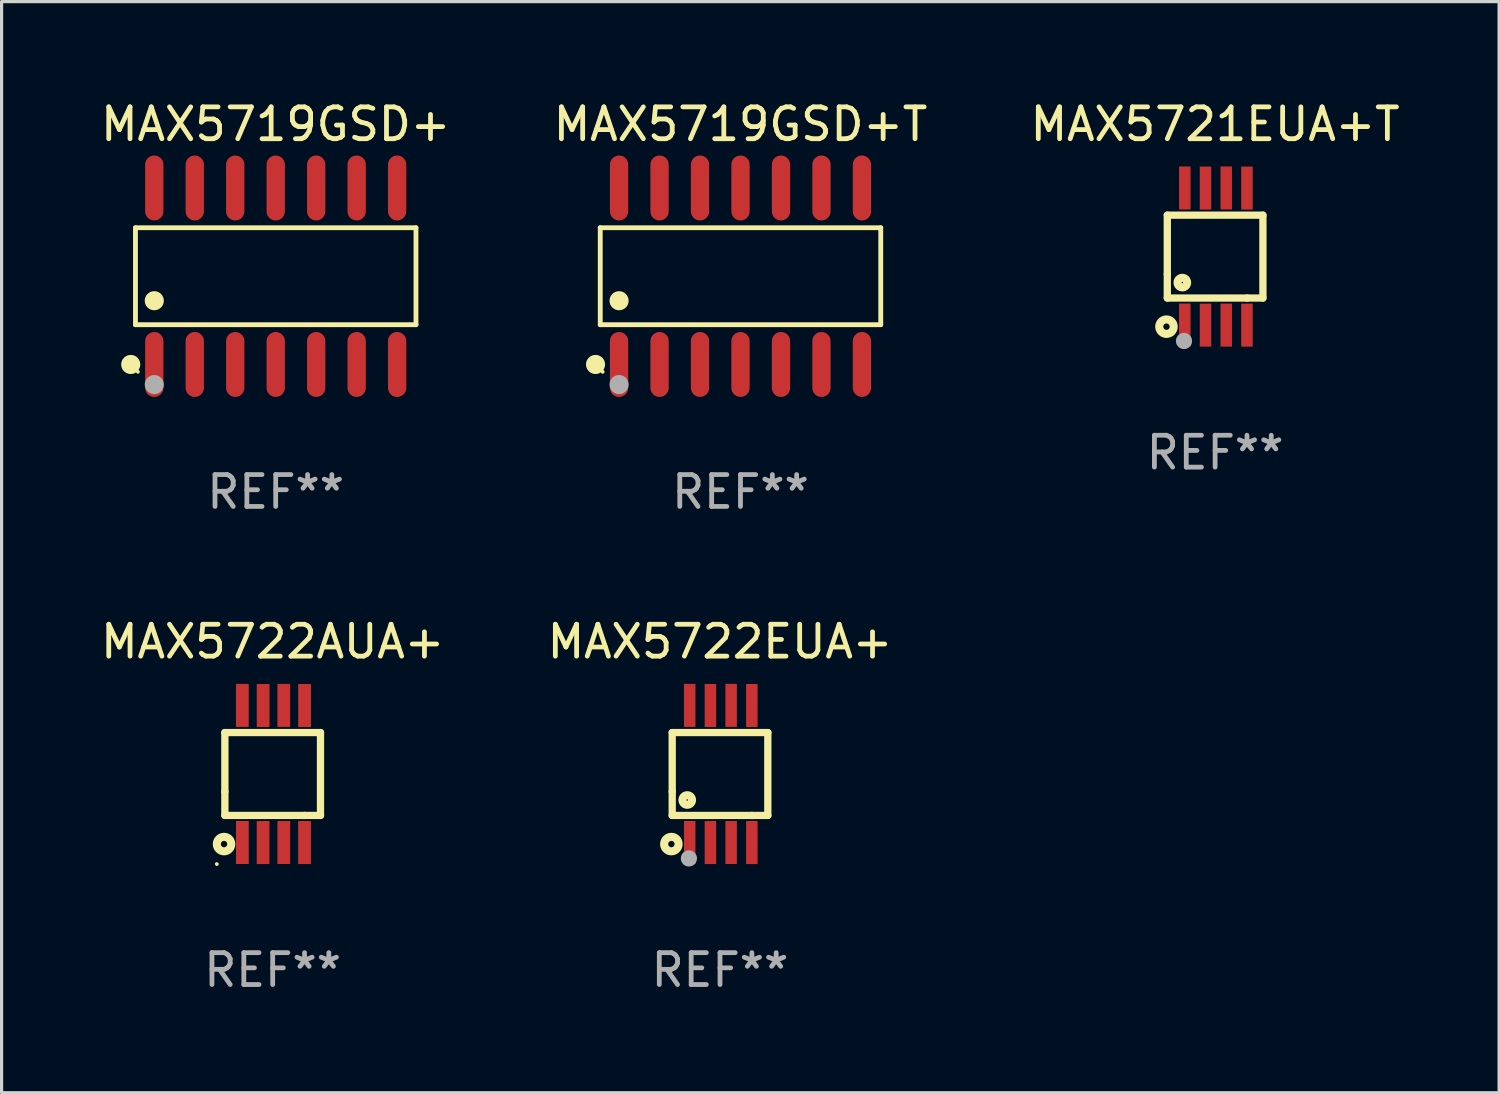
<source format=kicad_pcb>
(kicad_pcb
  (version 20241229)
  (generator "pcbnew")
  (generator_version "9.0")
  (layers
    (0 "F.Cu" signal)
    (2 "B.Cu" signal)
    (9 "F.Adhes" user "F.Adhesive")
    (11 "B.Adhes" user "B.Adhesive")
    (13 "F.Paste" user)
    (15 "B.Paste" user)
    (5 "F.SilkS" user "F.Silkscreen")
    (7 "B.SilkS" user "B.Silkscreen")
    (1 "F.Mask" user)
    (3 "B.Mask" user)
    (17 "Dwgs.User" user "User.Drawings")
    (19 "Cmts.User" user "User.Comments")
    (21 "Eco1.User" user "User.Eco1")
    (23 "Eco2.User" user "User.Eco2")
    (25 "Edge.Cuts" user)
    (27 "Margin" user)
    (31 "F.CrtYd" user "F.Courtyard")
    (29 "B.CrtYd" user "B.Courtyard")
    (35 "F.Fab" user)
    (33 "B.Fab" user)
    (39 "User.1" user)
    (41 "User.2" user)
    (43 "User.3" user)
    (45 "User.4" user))
  (footprint "MAX5722EUA+"
    (layer "F.Cu")
    (at 19.542 21.235)
    (property "Reference" "MAX5722EUA+" (at 0 -4.152 0) (layer "F.SilkS") (effects (font (size 1 1) (thickness 0.15))))
    (attr through_hole)
    (fp_line (start -1.5 1.301) (end 1 1.301) (stroke (width 0.229) (type solid)) (layer "F.SilkS"))
    (fp_line (start -1.5 -1.299) (end -1.5 0.551) (stroke (width 0.229) (type solid)) (layer "F.SilkS"))
    (fp_line (start -1.5 0.551) (end -1.5 1.301) (stroke (width 0.229) (type solid)) (layer "F.SilkS"))
    (fp_line (start 1 1.301) (end 1.5 1.301) (stroke (width 0.229) (type solid)) (layer "F.SilkS"))
    (fp_line (start 1.5 1.301) (end 1.5 -1.299) (stroke (width 0.229) (type solid)) (layer "F.SilkS"))
    (fp_line (start 1.5 -1.299) (end -1.5 -1.299) (stroke (width 0.229) (type solid)) (layer "F.SilkS"))
    (fp_circle (center -1.526 2.2) (end -1.426 2.2) (stroke (width 0.254) (type solid)) (fill no) (layer "F.SilkS"))
    (fp_circle (center -1.476 2.45) (end -1.446 2.45) (stroke (width 0.06) (type solid)) (fill no) (layer "F.SilkS"))
    (fp_circle (center -1.028 0.817) (end -0.878 0.817) (stroke (width 0.254) (type solid)) (fill no) (layer "F.SilkS"))
    (fp_circle (center -0.976 2.65) (end -0.849 2.65) (stroke (width 0.254) (type solid)) (fill no) (layer "F.Fab"))
    (fp_text user "REF**" (at 0 6.152 0) (layer "F.Fab") (effects (font (size 1 1) (thickness 0.15))))
    (pad "1" smd rect (at -0.951 2.15) (size 0.36 1.35) (layers "F.Cu" "F.Mask" "F.Paste"))
    (pad "2" smd rect (at -0.301 2.152) (size 0.36 1.35) (layers "F.Cu" "F.Mask" "F.Paste"))
    (pad "3" smd rect (at 0.349 2.151) (size 0.36 1.35) (layers "F.Cu" "F.Mask" "F.Paste"))
    (pad "4" smd rect (at 0.999 2.152) (size 0.36 1.35) (layers "F.Cu" "F.Mask" "F.Paste"))
    (pad "5" smd rect (at 0.999 -2.149) (size 0.36 1.35) (layers "F.Cu" "F.Mask" "F.Paste"))
    (pad "6" smd rect (at 0.349 -2.152) (size 0.36 1.35) (layers "F.Cu" "F.Mask" "F.Paste"))
    (pad "7" smd rect (at -0.301 -2.149) (size 0.36 1.35) (layers "F.Cu" "F.Mask" "F.Paste"))
    (pad "8" smd rect (at -0.951 -2.152) (size 0.36 1.35) (layers "F.Cu" "F.Mask" "F.Paste")))
  (footprint "MAX5721EUA+T"
    (layer "F.Cu")
    (at 35.077 5)
    (property "Reference" "MAX5721EUA+T" (at 0 -4.152 0) (layer "F.SilkS") (effects (font (size 1 1) (thickness 0.15))))
    (attr through_hole)
    (fp_line (start -1.5 1.301) (end 1 1.301) (stroke (width 0.229) (type solid)) (layer "F.SilkS"))
    (fp_line (start -1.5 -1.299) (end -1.5 0.551) (stroke (width 0.229) (type solid)) (layer "F.SilkS"))
    (fp_line (start -1.5 0.551) (end -1.5 1.301) (stroke (width 0.229) (type solid)) (layer "F.SilkS"))
    (fp_line (start 1 1.301) (end 1.5 1.301) (stroke (width 0.229) (type solid)) (layer "F.SilkS"))
    (fp_line (start 1.5 1.301) (end 1.5 -1.299) (stroke (width 0.229) (type solid)) (layer "F.SilkS"))
    (fp_line (start 1.5 -1.299) (end -1.5 -1.299) (stroke (width 0.229) (type solid)) (layer "F.SilkS"))
    (fp_circle (center -1.526 2.2) (end -1.426 2.2) (stroke (width 0.254) (type solid)) (fill no) (layer "F.SilkS"))
    (fp_circle (center -1.476 2.45) (end -1.446 2.45) (stroke (width 0.06) (type solid)) (fill no) (layer "F.SilkS"))
    (fp_circle (center -1.028 0.817) (end -0.878 0.817) (stroke (width 0.254) (type solid)) (fill no) (layer "F.SilkS"))
    (fp_circle (center -0.976 2.65) (end -0.849 2.65) (stroke (width 0.254) (type solid)) (fill no) (layer "F.Fab"))
    (fp_text user "REF**" (at 0 6.152 0) (layer "F.Fab") (effects (font (size 1 1) (thickness 0.15))))
    (pad "1" smd rect (at -0.951 2.15) (size 0.36 1.35) (layers "F.Cu" "F.Mask" "F.Paste"))
    (pad "2" smd rect (at -0.301 2.152) (size 0.36 1.35) (layers "F.Cu" "F.Mask" "F.Paste"))
    (pad "3" smd rect (at 0.349 2.151) (size 0.36 1.35) (layers "F.Cu" "F.Mask" "F.Paste"))
    (pad "4" smd rect (at 0.999 2.152) (size 0.36 1.35) (layers "F.Cu" "F.Mask" "F.Paste"))
    (pad "5" smd rect (at 0.999 -2.149) (size 0.36 1.35) (layers "F.Cu" "F.Mask" "F.Paste"))
    (pad "6" smd rect (at 0.349 -2.152) (size 0.36 1.35) (layers "F.Cu" "F.Mask" "F.Paste"))
    (pad "7" smd rect (at -0.301 -2.149) (size 0.36 1.35) (layers "F.Cu" "F.Mask" "F.Paste"))
    (pad "8" smd rect (at -0.951 -2.152) (size 0.36 1.35) (layers "F.Cu" "F.Mask" "F.Paste")))
  (footprint "MAX5719GSD+"
    (layer "F.Cu")
    (at 5.601 5.617)
    (property "Reference" "MAX5719GSD+" (at 0 -4.769 0) (layer "F.SilkS") (effects (font (size 1 1) (thickness 0.15))))
    (attr through_hole)
    (fp_line (start -4.401 -1.521) (end 4.401 -1.521) (stroke (width 0.152) (type solid)) (layer "F.SilkS"))
    (fp_line (start -4.401 1.521) (end -4.401 -1.521) (stroke (width 0.152) (type solid)) (layer "F.SilkS"))
    (fp_line (start 4.401 -1.521) (end 4.401 1.521) (stroke (width 0.152) (type solid)) (layer "F.SilkS"))
    (fp_line (start 4.401 1.521) (end -4.401 1.521) (stroke (width 0.152) (type solid)) (layer "F.SilkS"))
    (fp_circle (center -4.549 2.769) (end -4.399 2.769) (stroke (width 0.3) (type solid)) (fill no) (layer "F.SilkS"))
    (fp_circle (center -4.325 3) (end -4.295 3) (stroke (width 0.06) (type solid)) (fill no) (layer "F.SilkS"))
    (fp_circle (center -3.81 0.769) (end -3.66 0.769) (stroke (width 0.3) (type solid)) (fill no) (layer "F.SilkS"))
    (fp_circle (center -3.81 3.4) (end -3.66 3.4) (stroke (width 0.3) (type solid)) (fill no) (layer "F.Fab"))
    (fp_text user "REF**" (at 0 6.769 0) (layer "F.Fab") (effects (font (size 1 1) (thickness 0.15))))
    (pad "1" smd oval (at -3.81 2.769) (size 0.574 2.038) (layers "F.Cu" "F.Mask" "F.Paste"))
    (pad "2" smd oval (at -2.54 2.769) (size 0.574 2.038) (layers "F.Cu" "F.Mask" "F.Paste"))
    (pad "3" smd oval (at -1.27 2.769) (size 0.574 2.038) (layers "F.Cu" "F.Mask" "F.Paste"))
    (pad "4" smd oval (at 0 2.769) (size 0.574 2.038) (layers "F.Cu" "F.Mask" "F.Paste"))
    (pad "5" smd oval (at 1.27 2.769) (size 0.574 2.038) (layers "F.Cu" "F.Mask" "F.Paste"))
    (pad "6" smd oval (at 2.54 2.769) (size 0.574 2.038) (layers "F.Cu" "F.Mask" "F.Paste"))
    (pad "7" smd oval (at 3.81 2.769) (size 0.574 2.038) (layers "F.Cu" "F.Mask" "F.Paste"))
    (pad "8" smd oval (at 3.81 -2.769) (size 0.574 2.038) (layers "F.Cu" "F.Mask" "F.Paste"))
    (pad "9" smd oval (at 2.54 -2.769) (size 0.574 2.038) (layers "F.Cu" "F.Mask" "F.Paste"))
    (pad "10" smd oval (at 1.27 -2.769) (size 0.574 2.038) (layers "F.Cu" "F.Mask" "F.Paste"))
    (pad "11" smd oval (at 0 -2.769) (size 0.574 2.038) (layers "F.Cu" "F.Mask" "F.Paste"))
    (pad "12" smd oval (at -1.27 -2.769) (size 0.574 2.038) (layers "F.Cu" "F.Mask" "F.Paste"))
    (pad "13" smd oval (at -2.54 -2.769) (size 0.574 2.038) (layers "F.Cu" "F.Mask" "F.Paste"))
    (pad "14" smd oval (at -3.81 -2.769) (size 0.574 2.038) (layers "F.Cu" "F.Mask" "F.Paste")))
  (footprint "MAX5719GSD+T"
    (layer "F.Cu")
    (at 20.185 5.617)
    (property "Reference" "MAX5719GSD+T" (at 0 -4.769 0) (layer "F.SilkS") (effects (font (size 1 1) (thickness 0.15))))
    (attr through_hole)
    (fp_line (start -4.401 -1.521) (end 4.401 -1.521) (stroke (width 0.152) (type solid)) (layer "F.SilkS"))
    (fp_line (start -4.401 1.521) (end -4.401 -1.521) (stroke (width 0.152) (type solid)) (layer "F.SilkS"))
    (fp_line (start 4.401 -1.521) (end 4.401 1.521) (stroke (width 0.152) (type solid)) (layer "F.SilkS"))
    (fp_line (start 4.401 1.521) (end -4.401 1.521) (stroke (width 0.152) (type solid)) (layer "F.SilkS"))
    (fp_circle (center -4.549 2.769) (end -4.399 2.769) (stroke (width 0.3) (type solid)) (fill no) (layer "F.SilkS"))
    (fp_circle (center -4.325 3) (end -4.295 3) (stroke (width 0.06) (type solid)) (fill no) (layer "F.SilkS"))
    (fp_circle (center -3.81 0.769) (end -3.66 0.769) (stroke (width 0.3) (type solid)) (fill no) (layer "F.SilkS"))
    (fp_circle (center -3.81 3.4) (end -3.66 3.4) (stroke (width 0.3) (type solid)) (fill no) (layer "F.Fab"))
    (fp_text user "REF**" (at 0 6.769 0) (layer "F.Fab") (effects (font (size 1 1) (thickness 0.15))))
    (pad "1" smd oval (at -3.81 2.769) (size 0.574 2.038) (layers "F.Cu" "F.Mask" "F.Paste"))
    (pad "2" smd oval (at -2.54 2.769) (size 0.574 2.038) (layers "F.Cu" "F.Mask" "F.Paste"))
    (pad "3" smd oval (at -1.27 2.769) (size 0.574 2.038) (layers "F.Cu" "F.Mask" "F.Paste"))
    (pad "4" smd oval (at 0 2.769) (size 0.574 2.038) (layers "F.Cu" "F.Mask" "F.Paste"))
    (pad "5" smd oval (at 1.27 2.769) (size 0.574 2.038) (layers "F.Cu" "F.Mask" "F.Paste"))
    (pad "6" smd oval (at 2.54 2.769) (size 0.574 2.038) (layers "F.Cu" "F.Mask" "F.Paste"))
    (pad "7" smd oval (at 3.81 2.769) (size 0.574 2.038) (layers "F.Cu" "F.Mask" "F.Paste"))
    (pad "8" smd oval (at 3.81 -2.769) (size 0.574 2.038) (layers "F.Cu" "F.Mask" "F.Paste"))
    (pad "9" smd oval (at 2.54 -2.769) (size 0.574 2.038) (layers "F.Cu" "F.Mask" "F.Paste"))
    (pad "10" smd oval (at 1.27 -2.769) (size 0.574 2.038) (layers "F.Cu" "F.Mask" "F.Paste"))
    (pad "11" smd oval (at 0 -2.769) (size 0.574 2.038) (layers "F.Cu" "F.Mask" "F.Paste"))
    (pad "12" smd oval (at -1.27 -2.769) (size 0.574 2.038) (layers "F.Cu" "F.Mask" "F.Paste"))
    (pad "13" smd oval (at -2.54 -2.769) (size 0.574 2.038) (layers "F.Cu" "F.Mask" "F.Paste"))
    (pad "14" smd oval (at -3.81 -2.769) (size 0.574 2.038) (layers "F.Cu" "F.Mask" "F.Paste")))
  (footprint "MAX5722AUA+"
    (layer "F.Cu")
    (at 5.506 21.235)
    (property "Reference" "MAX5722AUA+" (at 0 -4.152 0) (layer "F.SilkS") (effects (font (size 1 1) (thickness 0.15))))
    (attr through_hole)
    (fp_line (start -1.5 1.301) (end 1 1.301) (stroke (width 0.229) (type solid)) (layer "F.SilkS"))
    (fp_line (start -1.5 -1.299) (end -1.5 0.551) (stroke (width 0.229) (type solid)) (layer "F.SilkS"))
    (fp_line (start -1.5 0.551) (end -1.5 1.301) (stroke (width 0.229) (type solid)) (layer "F.SilkS"))
    (fp_line (start 1 1.301) (end 1.5 1.301) (stroke (width 0.229) (type solid)) (layer "F.SilkS"))
    (fp_line (start 1.5 1.301) (end 1.5 -1.299) (stroke (width 0.229) (type solid)) (layer "F.SilkS"))
    (fp_line (start 1.5 -1.299) (end -1.5 -1.299) (stroke (width 0.229) (type solid)) (layer "F.SilkS"))
    (fp_circle (center -1.753 2.827) (end -1.723 2.827) (stroke (width 0.06) (type solid)) (fill no) (layer "F.SilkS"))
    (fp_circle (center -1.526 2.2) (end -1.426 2.2) (stroke (width 0.254) (type solid)) (fill no) (layer "F.SilkS"))
    (fp_text user "REF**" (at 0 6.152 0) (layer "F.Fab") (effects (font (size 1 1) (thickness 0.15))))
    (pad "1" smd rect (at -0.951 2.15) (size 0.4 1.349) (layers "F.Cu" "F.Mask" "F.Paste"))
    (pad "2" smd rect (at -0.301 2.152) (size 0.4 1.349) (layers "F.Cu" "F.Mask" "F.Paste"))
    (pad "3" smd rect (at 0.349 2.151) (size 0.4 1.349) (layers "F.Cu" "F.Mask" "F.Paste"))
    (pad "4" smd rect (at 0.999 2.152) (size 0.4 1.349) (layers "F.Cu" "F.Mask" "F.Paste"))
    (pad "5" smd rect (at 1 -2.149) (size 0.4 1.349) (layers "F.Cu" "F.Mask" "F.Paste"))
    (pad "6" smd rect (at 0.348 -2.152) (size 0.4 1.349) (layers "F.Cu" "F.Mask" "F.Paste"))
    (pad "7" smd rect (at -0.3 -2.149) (size 0.4 1.349) (layers "F.Cu" "F.Mask" "F.Paste"))
    (pad "8" smd rect (at -0.952 -2.152) (size 0.4 1.349) (layers "F.Cu" "F.Mask" "F.Paste")))
  (gr_rect
    (start -3 -3)
    (end 43.988 31.236)
    (stroke (width 0.1) (type default))
    (fill no)
    (layer "Edge.Cuts")))
</source>
